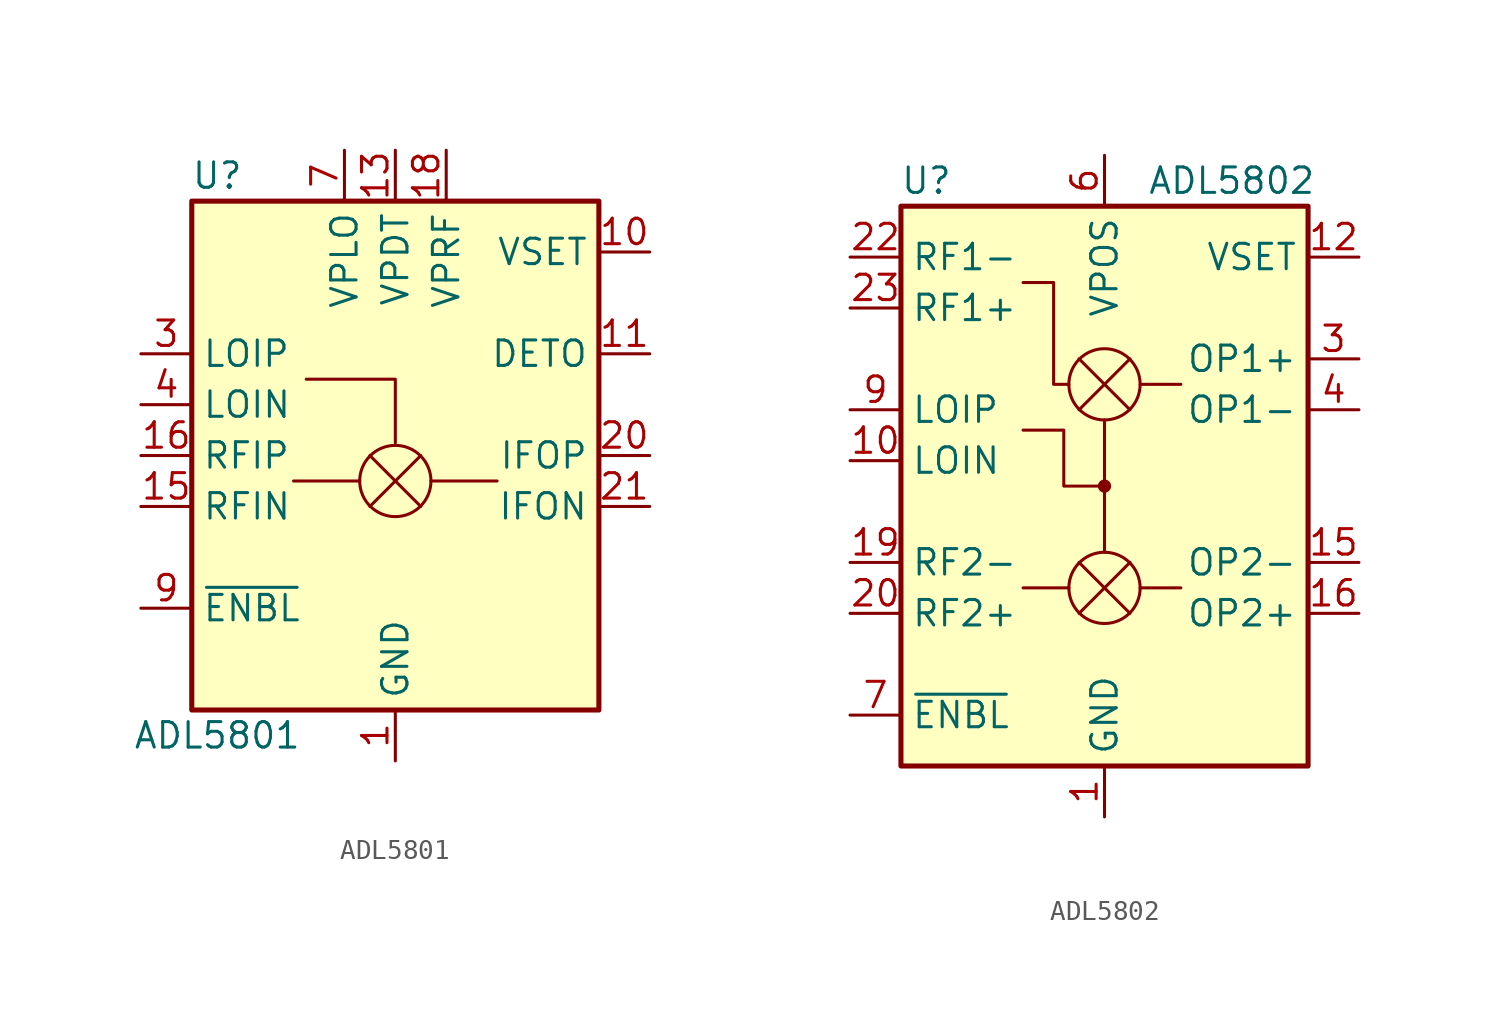
<source format=kicad_sym>
(kicad_symbol_lib
  (version 20211014)
  (generator kicad_symbol_editor)
  (symbol "ADL5801"
    (property "Reference" "U"
      (at -8.89 13.97 0)
      (effects (font (size 1.27 1.27))))
    (property "Value" "ADL5801"
      (at -8.89 -13.97 0)
      (effects (font (size 1.27 1.27))))
    (symbol "ADL5801_0_1"
      (rectangle (start -10.16 12.7) (end 10.16 -12.7) (stroke (width 0.254) (type default) (color 0 0 0 0)) (fill (type background)))
      (polyline (pts (xy -4.445 3.81) (xy 0 3.81) (xy 0 0.635)) (stroke (width 0) (type default) (color 0 0 0 0)) (fill (type none))))
    (symbol "ADL5801_1_1"
      (circle (center 0 -1.27) (radius 1.778) (stroke (width 0) (type default) (color 0 0 0 0)) (fill (type none)))
      (polyline (pts (xy -1.778 -1.27) (xy -5.08 -1.27)) (stroke (width 0) (type default) (color 0 0 0 0)) (fill (type none)))
      (polyline (pts (xy -1.27 -2.54) (xy 1.27 0)) (stroke (width 0) (type default) (color 0 0 0 0)) (fill (type none)))
      (polyline (pts (xy -1.27 0) (xy 1.27 -2.54)) (stroke (width 0) (type default) (color 0 0 0 0)) (fill (type none)))
      (polyline (pts (xy 1.778 -1.27) (xy 5.08 -1.27)) (stroke (width 0) (type default) (color 0 0 0 0)) (fill (type none)))
      (pin power_in line (at 0 -15.24 90) (length 2.54) (name "GND" (effects (font (size 1.27 1.27)))) (number "1" (effects (font (size 1.27 1.27)))))
      (pin input line (at 12.7 10.16 180) (length 2.54) (name "VSET" (effects (font (size 1.27 1.27)))) (number "10" (effects (font (size 1.27 1.27)))))
      (pin output line (at 12.7 5.08 180) (length 2.54) (name "DETO" (effects (font (size 1.27 1.27)))) (number "11" (effects (font (size 1.27 1.27)))))
      (pin passive line (at 0 -15.24 90) (length 2.54) hide (name "GND" (effects (font (size 1.27 1.27)))) (number "12" (effects (font (size 1.27 1.27)))))
      (pin power_in line (at 0 15.24 270) (length 2.54) (name "VPDT" (effects (font (size 1.27 1.27)))) (number "13" (effects (font (size 1.27 1.27)))))
      (pin passive line (at 0 -15.24 90) (length 2.54) hide (name "GND" (effects (font (size 1.27 1.27)))) (number "14" (effects (font (size 1.27 1.27)))))
      (pin input line (at -12.7 -2.54 0) (length 2.54) (name "RFIN" (effects (font (size 1.27 1.27)))) (number "15" (effects (font (size 1.27 1.27)))))
      (pin input line (at -12.7 0 0) (length 2.54) (name "RFIP" (effects (font (size 1.27 1.27)))) (number "16" (effects (font (size 1.27 1.27)))))
      (pin passive line (at 0 -15.24 90) (length 2.54) hide (name "GND" (effects (font (size 1.27 1.27)))) (number "17" (effects (font (size 1.27 1.27)))))
      (pin power_in line (at 2.54 15.24 270) (length 2.54) (name "VPRF" (effects (font (size 1.27 1.27)))) (number "18" (effects (font (size 1.27 1.27)))))
      (pin passive line (at 0 -15.24 90) (length 2.54) hide (name "GND" (effects (font (size 1.27 1.27)))) (number "19" (effects (font (size 1.27 1.27)))))
      (pin passive line (at 0 -15.24 90) (length 2.54) hide (name "GND" (effects (font (size 1.27 1.27)))) (number "2" (effects (font (size 1.27 1.27)))))
      (pin output line (at 12.7 0 180) (length 2.54) (name "IFOP" (effects (font (size 1.27 1.27)))) (number "20" (effects (font (size 1.27 1.27)))))
      (pin output line (at 12.7 -2.54 180) (length 2.54) (name "IFON" (effects (font (size 1.27 1.27)))) (number "21" (effects (font (size 1.27 1.27)))))
      (pin no_connect line (at 10.16 -7.62 180) (length 2.54) hide (name "NC" (effects (font (size 1.27 1.27)))) (number "22" (effects (font (size 1.27 1.27)))))
      (pin passive line (at 0 -15.24 90) (length 2.54) hide (name "GND" (effects (font (size 1.27 1.27)))) (number "23" (effects (font (size 1.27 1.27)))))
      (pin passive line (at -2.54 15.24 270) (length 2.54) hide (name "VPLO" (effects (font (size 1.27 1.27)))) (number "24" (effects (font (size 1.27 1.27)))))
      (pin passive line (at 0 -15.24 90) (length 2.54) hide (name "GND" (effects (font (size 1.27 1.27)))) (number "25" (effects (font (size 1.27 1.27)))))
      (pin input line (at -12.7 5.08 0) (length 2.54) (name "LOIP" (effects (font (size 1.27 1.27)))) (number "3" (effects (font (size 1.27 1.27)))))
      (pin input line (at -12.7 2.54 0) (length 2.54) (name "LOIN" (effects (font (size 1.27 1.27)))) (number "4" (effects (font (size 1.27 1.27)))))
      (pin passive line (at 0 -15.24 90) (length 2.54) hide (name "GND" (effects (font (size 1.27 1.27)))) (number "5" (effects (font (size 1.27 1.27)))))
      (pin passive line (at 0 -15.24 90) (length 2.54) hide (name "GND" (effects (font (size 1.27 1.27)))) (number "6" (effects (font (size 1.27 1.27)))))
      (pin power_in line (at -2.54 15.24 270) (length 2.54) (name "VPLO" (effects (font (size 1.27 1.27)))) (number "7" (effects (font (size 1.27 1.27)))))
      (pin passive line (at 0 -15.24 90) (length 2.54) hide (name "GND" (effects (font (size 1.27 1.27)))) (number "8" (effects (font (size 1.27 1.27)))))
      (pin input line (at -12.7 -7.62 0) (length 2.54) (name "~{ENBL}" (effects (font (size 1.27 1.27)))) (number "9" (effects (font (size 1.27 1.27)))))))
  (symbol "ADL5802"
    (property "Reference" "U"
      (at -8.89 16.51 0)
      (effects (font (size 1.27 1.27))))
    (property "Value" "ADL5802"
      (at 6.35 16.51 0)
      (effects (font (size 1.27 1.27))))
    (symbol "ADL5802_0_1"
      (rectangle (start -10.16 15.24) (end 10.16 -12.7) (stroke (width 0.254) (type default) (color 0 0 0 0)) (fill (type background)))
      (polyline (pts (xy -1.778 -3.81) (xy -4.064 -3.81)) (stroke (width 0) (type default) (color 0 0 0 0)) (fill (type none)))
      (polyline (pts (xy 0 4.572) (xy 0 -2.032)) (stroke (width 0) (type default) (color 0 0 0 0)) (fill (type none)))
      (polyline (pts (xy -1.778 6.35) (xy -2.54 6.35) (xy -2.54 11.43) (xy -4.064 11.43)) (stroke (width 0) (type default) (color 0 0 0 0)) (fill (type none)))
      (polyline (pts (xy 0 1.27) (xy -2.032 1.27) (xy -2.032 4.064) (xy -3.048 4.064) (xy -4.064 4.064)) (stroke (width 0) (type default) (color 0 0 0 0)) (fill (type none)))
      (circle (center 0 1.27) (radius 0.254) (stroke (width 0) (type default) (color 0 0 0 0)) (fill (type outline))))
    (symbol "ADL5802_1_1"
      (circle (center 0 -3.81) (radius 1.778) (stroke (width 0) (type default) (color 0 0 0 0)) (fill (type none)))
      (polyline (pts (xy -1.27 -5.08) (xy 1.27 -2.54)) (stroke (width 0) (type default) (color 0 0 0 0)) (fill (type none)))
      (polyline (pts (xy -1.27 -2.54) (xy 1.27 -5.08)) (stroke (width 0) (type default) (color 0 0 0 0)) (fill (type none)))
      (polyline (pts (xy -1.27 5.08) (xy 1.27 7.62)) (stroke (width 0) (type default) (color 0 0 0 0)) (fill (type none)))
      (polyline (pts (xy -1.27 7.62) (xy 1.27 5.08)) (stroke (width 0) (type default) (color 0 0 0 0)) (fill (type none)))
      (circle (center 0 6.35) (radius 1.778) (stroke (width 0) (type default) (color 0 0 0 0)) (fill (type none)))
      (rectangle (start 3.81 -3.81) (end 1.778 -3.81) (stroke (width 0) (type default) (color 0 0 0 0)) (fill (type none)))
      (rectangle (start 3.81 6.35) (end 1.778 6.35) (stroke (width 0) (type default) (color 0 0 0 0)) (fill (type none)))
      (pin power_in line (at 0 -15.24 90) (length 2.54) (name "GND" (effects (font (size 1.27 1.27)))) (number "1" (effects (font (size 1.27 1.27)))))
      (pin input line (at -12.7 2.54 0) (length 2.54) (name "LOIN" (effects (font (size 1.27 1.27)))) (number "10" (effects (font (size 1.27 1.27)))))
      (pin passive line (at 0 -15.24 90) (length 2.54) hide (name "GND" (effects (font (size 1.27 1.27)))) (number "11" (effects (font (size 1.27 1.27)))))
      (pin input line (at 12.7 12.7 180) (length 2.54) (name "VSET" (effects (font (size 1.27 1.27)))) (number "12" (effects (font (size 1.27 1.27)))))
      (pin passive line (at 0 17.78 270) (length 2.54) hide (name "VPOS" (effects (font (size 1.27 1.27)))) (number "13" (effects (font (size 1.27 1.27)))))
      (pin passive line (at 0 -15.24 90) (length 2.54) hide (name "GND" (effects (font (size 1.27 1.27)))) (number "14" (effects (font (size 1.27 1.27)))))
      (pin output line (at 12.7 -2.54 180) (length 2.54) (name "OP2-" (effects (font (size 1.27 1.27)))) (number "15" (effects (font (size 1.27 1.27)))))
      (pin output line (at 12.7 -5.08 180) (length 2.54) (name "OP2+" (effects (font (size 1.27 1.27)))) (number "16" (effects (font (size 1.27 1.27)))))
      (pin passive line (at 0 -15.24 90) (length 2.54) hide (name "GND" (effects (font (size 1.27 1.27)))) (number "17" (effects (font (size 1.27 1.27)))))
      (pin passive line (at 0 -15.24 90) (length 2.54) hide (name "GND" (effects (font (size 1.27 1.27)))) (number "18" (effects (font (size 1.27 1.27)))))
      (pin input line (at -12.7 -2.54 0) (length 2.54) (name "RF2-" (effects (font (size 1.27 1.27)))) (number "19" (effects (font (size 1.27 1.27)))))
      (pin passive line (at 0 -15.24 90) (length 2.54) hide (name "GND" (effects (font (size 1.27 1.27)))) (number "2" (effects (font (size 1.27 1.27)))))
      (pin input line (at -12.7 -5.08 0) (length 2.54) (name "RF2+" (effects (font (size 1.27 1.27)))) (number "20" (effects (font (size 1.27 1.27)))))
      (pin passive line (at 0 -15.24 90) (length 2.54) hide (name "GND" (effects (font (size 1.27 1.27)))) (number "21" (effects (font (size 1.27 1.27)))))
      (pin input line (at -12.7 12.7 0) (length 2.54) (name "RF1-" (effects (font (size 1.27 1.27)))) (number "22" (effects (font (size 1.27 1.27)))))
      (pin input line (at -12.7 10.16 0) (length 2.54) (name "RF1+" (effects (font (size 1.27 1.27)))) (number "23" (effects (font (size 1.27 1.27)))))
      (pin passive line (at 0 17.78 270) (length 2.54) hide (name "VPOS" (effects (font (size 1.27 1.27)))) (number "24" (effects (font (size 1.27 1.27)))))
      (pin passive line (at 0 -15.24 90) (length 2.54) hide (name "GND" (effects (font (size 1.27 1.27)))) (number "25" (effects (font (size 1.27 1.27)))))
      (pin output line (at 12.7 7.62 180) (length 2.54) (name "OP1+" (effects (font (size 1.27 1.27)))) (number "3" (effects (font (size 1.27 1.27)))))
      (pin output line (at 12.7 5.08 180) (length 2.54) (name "OP1-" (effects (font (size 1.27 1.27)))) (number "4" (effects (font (size 1.27 1.27)))))
      (pin passive line (at 0 -15.24 90) (length 2.54) hide (name "GND" (effects (font (size 1.27 1.27)))) (number "5" (effects (font (size 1.27 1.27)))))
      (pin power_in line (at 0 17.78 270) (length 2.54) (name "VPOS" (effects (font (size 1.27 1.27)))) (number "6" (effects (font (size 1.27 1.27)))))
      (pin input line (at -12.7 -10.16 0) (length 2.54) (name "~{ENBL}" (effects (font (size 1.27 1.27)))) (number "7" (effects (font (size 1.27 1.27)))))
      (pin passive line (at 0 -15.24 90) (length 2.54) hide (name "GND" (effects (font (size 1.27 1.27)))) (number "8" (effects (font (size 1.27 1.27)))))
      (pin input line (at -12.7 5.08 0) (length 2.54) (name "LOIP" (effects (font (size 1.27 1.27)))) (number "9" (effects (font (size 1.27 1.27))))))))
</source>
